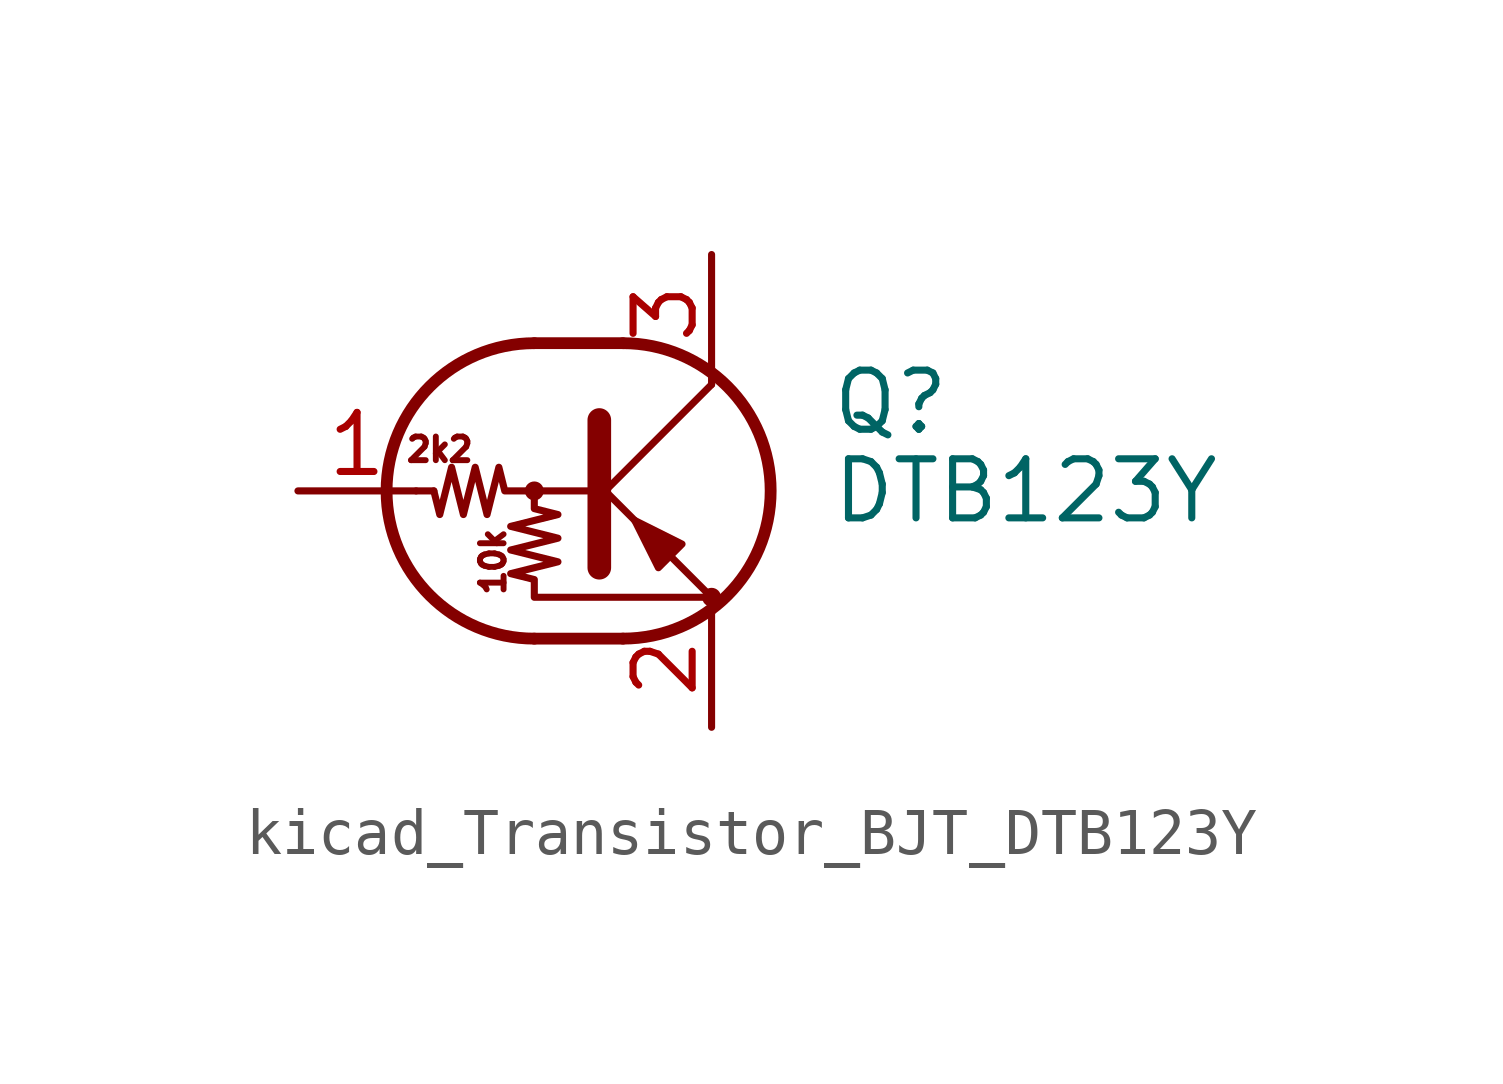
<source format=kicad_sym>
(kicad_symbol_lib
  (version 20220914)
  (generator kicad_symbol_editor)
  (symbol "kicad_Transistor_BJT_DTB123Y"
    (pin_names
      (offset 0) hide)
    (property "Reference" "Q"
      (at 5.08 1.905 0)
      (effects (font (size 1.27 1.27)) (justify left)))
    (property "Value" "DTB123Y"
      (at 5.08 0 0)
      (effects (font (size 1.27 1.27)) (justify left)))
    (symbol "kicad_Transistor_BJT_DTB123Y_0_0"
      (text "10k" (at -2.159 -1.524 900) (effects (font (size 0.508 0.508))))
      (text "2k2" (at -3.302 0.889 0) (effects (font (size 0.508 0.508)))))
    (symbol "kicad_Transistor_BJT_DTB123Y_0_1"
      (circle (center -1.27 0) (radius 0.127) (stroke (width 0) (type default)) (fill (type none)))
      (arc (start -1.27 3.175) (mid -4.4312 0) (end -1.27 -3.175) (stroke (width 0.254) (type default)) (fill (type none)))
      (polyline (pts (xy -3.429 0) (xy -3.81 0)) (stroke (width 0) (type default)) (fill (type none)))
      (polyline (pts (xy -1.27 -3.175) (xy 0.635 -3.175)) (stroke (width 0.254) (type default)) (fill (type none)))
      (polyline (pts (xy -1.27 3.175) (xy 0.635 3.175)) (stroke (width 0.254) (type default)) (fill (type none)))
      (polyline (pts (xy 0 -0.254) (xy 2.54 2.286)) (stroke (width 0) (type default)) (fill (type none)))
      (polyline (pts (xy 0.127 1.524) (xy 0.127 -1.651)) (stroke (width 0.508) (type default)) (fill (type outline)))
      (polyline (pts (xy 2.54 2.286) (xy 2.54 2.54)) (stroke (width 0) (type default)) (fill (type none)))
      (polyline (pts (xy 2.54 -2.286) (xy 0 0.254) (xy 0 0.254)) (stroke (width 0) (type default)) (fill (type none)))
      (polyline (pts (xy 1.397 -1.651) (xy 1.905 -1.143) (xy 0.889 -0.635) (xy 1.397 -1.651)) (stroke (width 0) (type default)) (fill (type outline)))
      (polyline (pts (xy 0 0) (xy -1.905 0) (xy -2.032 0.508) (xy -2.286 -0.508) (xy -2.54 0.508) (xy -2.794 -0.508) (xy -3.048 0.508) (xy -3.302 -0.508) (xy -3.429 0)) (stroke (width 0) (type default)) (fill (type none)))
      (polyline (pts (xy -1.27 0) (xy -1.27 -0.381) (xy -0.762 -0.508) (xy -1.778 -0.762) (xy -0.762 -1.016) (xy -1.778 -1.27) (xy -0.762 -1.524) (xy -1.778 -1.778) (xy -1.27 -1.905) (xy -1.27 -2.286) (xy 2.54 -2.286)) (stroke (width 0) (type default)) (fill (type none)))
      (arc (start 0.635 -3.175) (mid 3.7962 0) (end 0.635 3.175) (stroke (width 0.254) (type default)) (fill (type none)))
      (circle (center 2.54 -2.286) (radius 0.127) (stroke (width 0) (type default)) (fill (type none))))
    (symbol "kicad_Transistor_BJT_DTB123Y_1_1"
      (pin input line (at -6.35 0 0) (length 2.54) (name "B" (effects (font (size 1.27 1.27)))) (number "1" (effects (font (size 1.27 1.27)))))
      (pin passive line (at 2.54 -5.08 90) (length 2.54) (name "E" (effects (font (size 1.27 1.27)))) (number "2" (effects (font (size 1.27 1.27)))))
      (pin passive line (at 2.54 5.08 270) (length 2.54) (name "C" (effects (font (size 1.27 1.27)))) (number "3" (effects (font (size 1.27 1.27))))))))
</source>
